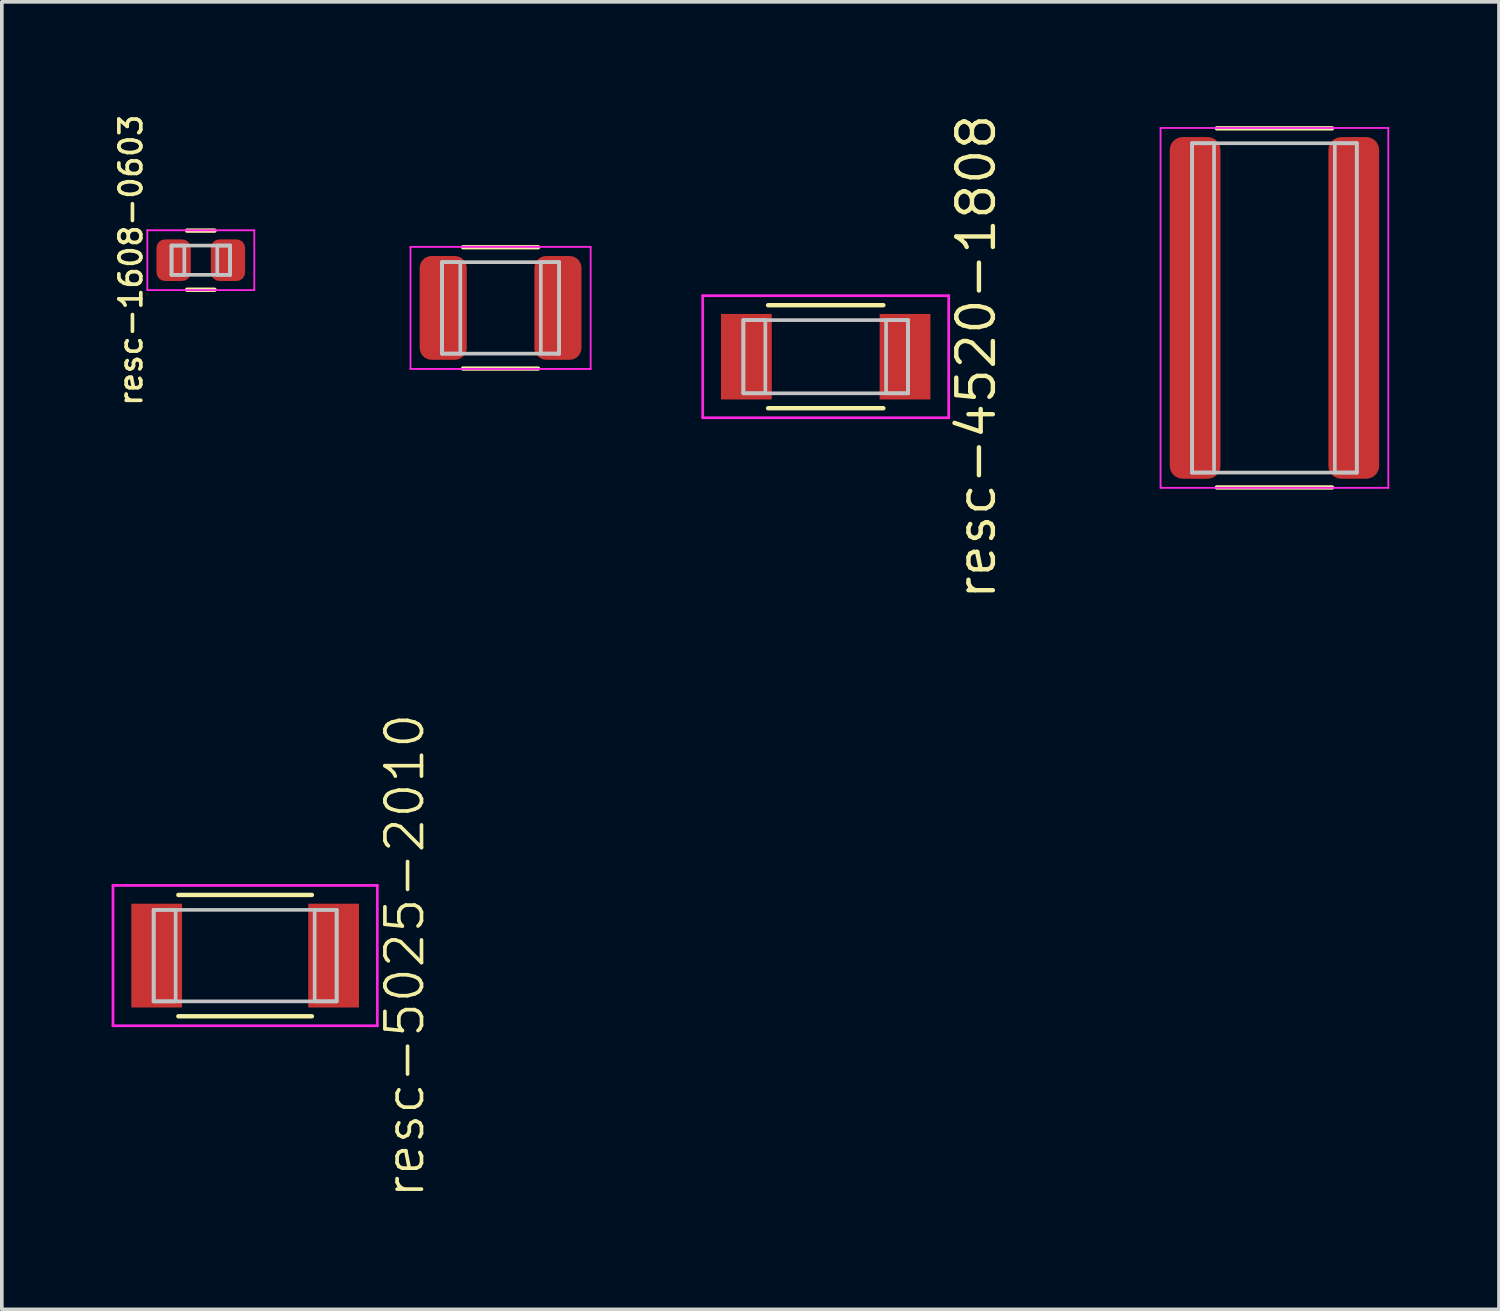
<source format=kicad_pcb>
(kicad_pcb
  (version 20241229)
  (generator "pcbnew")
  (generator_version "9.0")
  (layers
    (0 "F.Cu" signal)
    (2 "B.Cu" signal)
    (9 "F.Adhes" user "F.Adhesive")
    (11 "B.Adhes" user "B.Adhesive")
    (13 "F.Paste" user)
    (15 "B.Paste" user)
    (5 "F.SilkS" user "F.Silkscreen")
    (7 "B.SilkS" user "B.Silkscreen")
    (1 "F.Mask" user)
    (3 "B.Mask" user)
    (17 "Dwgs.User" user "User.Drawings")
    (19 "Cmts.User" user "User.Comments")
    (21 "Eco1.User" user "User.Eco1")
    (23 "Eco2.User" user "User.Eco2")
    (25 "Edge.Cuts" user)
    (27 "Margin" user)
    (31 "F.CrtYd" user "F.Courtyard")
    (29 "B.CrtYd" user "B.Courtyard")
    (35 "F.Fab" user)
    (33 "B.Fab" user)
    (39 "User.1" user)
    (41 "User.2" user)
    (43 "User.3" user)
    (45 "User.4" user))
  (footprint "resc-4590-1835"
    (layer "F.Cu")
    (at 31.781 5.365)
    (property "Reference" "resc-4590-1835" (at -3.712 0 90) (layer "User.1") (effects (font (size 0.8 0.8) (thickness 0.1))))
    (attr through_hole)
    (fp_line (start -1.575 -4.908) (end 1.575 -4.908) (stroke (width 0.12) (type solid)) (layer "F.SilkS"))
    (fp_line (start -1.575 4.908) (end 1.575 4.908) (stroke (width 0.12) (type solid)) (layer "F.SilkS"))
    (fp_line (start -2.25 -4.5) (end -2.25 4.5) (stroke (width 0.1) (type solid)) (layer "Dwgs.User"))
    (fp_line (start -2.25 -4.5) (end -2.25 4.5) (stroke (width 0.1) (type solid)) (layer "Dwgs.User"))
    (fp_line (start -2.25 4.5) (end -1.65 4.5) (stroke (width 0.1) (type solid)) (layer "Dwgs.User"))
    (fp_line (start -2.25 4.5) (end 2.25 4.5) (stroke (width 0.1) (type solid)) (layer "Dwgs.User"))
    (fp_line (start -1.65 -4.5) (end -2.25 -4.5) (stroke (width 0.1) (type solid)) (layer "Dwgs.User"))
    (fp_line (start -1.65 4.5) (end -1.65 -4.5) (stroke (width 0.1) (type solid)) (layer "Dwgs.User"))
    (fp_line (start 1.65 -4.5) (end 1.65 4.5) (stroke (width 0.1) (type solid)) (layer "Dwgs.User"))
    (fp_line (start 1.65 4.5) (end 2.25 4.5) (stroke (width 0.1) (type solid)) (layer "Dwgs.User"))
    (fp_line (start 2.25 -4.5) (end -2.25 -4.5) (stroke (width 0.1) (type solid)) (layer "Dwgs.User"))
    (fp_line (start 2.25 -4.5) (end 1.65 -4.5) (stroke (width 0.1) (type solid)) (layer "Dwgs.User"))
    (fp_line (start 2.25 4.5) (end 2.25 -4.5) (stroke (width 0.1) (type solid)) (layer "Dwgs.User"))
    (fp_line (start 2.25 4.5) (end 2.25 -4.5) (stroke (width 0.1) (type solid)) (layer "Dwgs.User"))
    (fp_line (start -3.112 -4.918) (end -3.112 4.918) (stroke (width 0.05) (type solid)) (layer "F.CrtYd"))
    (fp_line (start -3.112 4.918) (end 3.112 4.918) (stroke (width 0.05) (type solid)) (layer "F.CrtYd"))
    (fp_line (start 3.112 -4.918) (end -3.112 -4.918) (stroke (width 0.05) (type solid)) (layer "F.CrtYd"))
    (fp_line (start 3.112 4.918) (end 3.112 -4.918) (stroke (width 0.05) (type solid)) (layer "F.CrtYd"))
    (pad "1" smd roundrect (at -2.168 0) (size 1.387 9.337) (layers "F.Cu" "F.Mask" "F.Paste") (roundrect_rratio 0.25))
    (pad "2" smd roundrect (at 2.168 0) (size 1.387 9.337) (layers "F.Cu" "F.Mask" "F.Paste") (roundrect_rratio 0.25)))
  (footprint "resc-1608-0603"
    (layer "F.Cu")
    (at 2.438 4.061)
    (property "Reference" "resc-1608-0603" (at -1.912 0 90) (layer "F.SilkS") (effects (font (size 0.6 0.6) (thickness 0.1))))
    (attr through_hole)
    (fp_line (start -0.375 -0.808) (end 0.375 -0.808) (stroke (width 0.12) (type solid)) (layer "F.SilkS"))
    (fp_line (start -0.375 0.808) (end 0.375 0.808) (stroke (width 0.12) (type solid)) (layer "F.SilkS"))
    (fp_line (start -0.8 -0.4) (end -0.8 0.4) (stroke (width 0.1) (type solid)) (layer "Dwgs.User"))
    (fp_line (start -0.8 -0.4) (end -0.8 0.4) (stroke (width 0.1) (type solid)) (layer "Dwgs.User"))
    (fp_line (start -0.8 0.4) (end -0.45 0.4) (stroke (width 0.1) (type solid)) (layer "Dwgs.User"))
    (fp_line (start -0.8 0.4) (end 0.8 0.4) (stroke (width 0.1) (type solid)) (layer "Dwgs.User"))
    (fp_line (start -0.45 -0.4) (end -0.8 -0.4) (stroke (width 0.1) (type solid)) (layer "Dwgs.User"))
    (fp_line (start -0.45 0.4) (end -0.45 -0.4) (stroke (width 0.1) (type solid)) (layer "Dwgs.User"))
    (fp_line (start 0.45 -0.4) (end 0.45 0.4) (stroke (width 0.1) (type solid)) (layer "Dwgs.User"))
    (fp_line (start 0.45 0.4) (end 0.8 0.4) (stroke (width 0.1) (type solid)) (layer "Dwgs.User"))
    (fp_line (start 0.8 -0.4) (end -0.8 -0.4) (stroke (width 0.1) (type solid)) (layer "Dwgs.User"))
    (fp_line (start 0.8 -0.4) (end 0.45 -0.4) (stroke (width 0.1) (type solid)) (layer "Dwgs.User"))
    (fp_line (start 0.8 0.4) (end 0.8 -0.4) (stroke (width 0.1) (type solid)) (layer "Dwgs.User"))
    (fp_line (start 0.8 0.4) (end 0.8 -0.4) (stroke (width 0.1) (type solid)) (layer "Dwgs.User"))
    (fp_line (start -1.462 -0.818) (end -1.462 0.818) (stroke (width 0.05) (type solid)) (layer "F.CrtYd"))
    (fp_line (start -1.462 0.818) (end 1.462 0.818) (stroke (width 0.05) (type solid)) (layer "F.CrtYd"))
    (fp_line (start 1.462 -0.818) (end -1.462 -0.818) (stroke (width 0.05) (type solid)) (layer "F.CrtYd"))
    (fp_line (start 1.462 0.818) (end 1.462 -0.818) (stroke (width 0.05) (type solid)) (layer "F.CrtYd"))
    (pad "1" smd roundrect (at -0.743 0) (size 0.937 1.137) (layers "F.Cu" "F.Mask" "F.Paste") (roundrect_rratio 0.25))
    (pad "2" smd roundrect (at 0.743 0) (size 0.937 1.137) (layers "F.Cu" "F.Mask" "F.Paste") (roundrect_rratio 0.25)))
  (footprint "resc-5025-2010"
    (layer "F.Cu")
    (at 3.65 23.067)
    (property "Reference" "resc-5025-2010" (at 4.362 0 90) (layer "F.SilkS") (effects (font (size 1 1) (thickness 0.1))))
    (attr through_hole)
    (fp_line (start -1.825 -1.658) (end 1.825 -1.658) (stroke (width 0.12) (type solid)) (layer "F.SilkS"))
    (fp_line (start -1.825 1.658) (end 1.825 1.658) (stroke (width 0.12) (type solid)) (layer "F.SilkS"))
    (fp_line (start -2.5 -1.25) (end -2.5 1.25) (stroke (width 0.1) (type solid)) (layer "Dwgs.User"))
    (fp_line (start -2.5 -1.25) (end -2.5 1.25) (stroke (width 0.1) (type solid)) (layer "Dwgs.User"))
    (fp_line (start -2.5 1.25) (end -1.9 1.25) (stroke (width 0.1) (type solid)) (layer "Dwgs.User"))
    (fp_line (start -2.5 1.25) (end 2.5 1.25) (stroke (width 0.1) (type solid)) (layer "Dwgs.User"))
    (fp_line (start -1.9 -1.25) (end -2.5 -1.25) (stroke (width 0.1) (type solid)) (layer "Dwgs.User"))
    (fp_line (start -1.9 1.25) (end -1.9 -1.25) (stroke (width 0.1) (type solid)) (layer "Dwgs.User"))
    (fp_line (start 1.9 -1.25) (end 1.9 1.25) (stroke (width 0.1) (type solid)) (layer "Dwgs.User"))
    (fp_line (start 1.9 1.25) (end 2.5 1.25) (stroke (width 0.1) (type solid)) (layer "Dwgs.User"))
    (fp_line (start 2.5 -1.25) (end -2.5 -1.25) (stroke (width 0.1) (type solid)) (layer "Dwgs.User"))
    (fp_line (start 2.5 -1.25) (end 1.9 -1.25) (stroke (width 0.1) (type solid)) (layer "Dwgs.User"))
    (fp_line (start 2.5 1.25) (end 2.5 -1.25) (stroke (width 0.1) (type solid)) (layer "Dwgs.User"))
    (fp_line (start 2.5 1.25) (end 2.5 -1.25) (stroke (width 0.1) (type solid)) (layer "Dwgs.User"))
    (fp_line (start -0.75 0) (end 0.75 0) (stroke (width 0.12) (type solid)) (layer "Eco1.User"))
    (fp_line (start 0 -0.75) (end 0 0.75) (stroke (width 0.12) (type solid)) (layer "Eco1.User"))
    (fp_circle (center 0 0) (end 0.5 0) (stroke (width 0.12) (type solid)) (fill no) (layer "Eco1.User"))
    (fp_line (start -3.612 -1.918) (end -3.612 1.918) (stroke (width 0.075) (type solid)) (layer "F.CrtYd"))
    (fp_line (start -3.612 1.918) (end 3.612 1.918) (stroke (width 0.075) (type solid)) (layer "F.CrtYd"))
    (fp_line (start 3.612 -1.918) (end -3.612 -1.918) (stroke (width 0.075) (type solid)) (layer "F.CrtYd"))
    (fp_line (start 3.612 1.918) (end 3.612 -1.918) (stroke (width 0.075) (type solid)) (layer "F.CrtYd"))
    (pad "1" smd rect (at -2.418 0) (size 1.387 2.837) (layers "F.Cu" "F.Mask" "F.Paste"))
    (pad "2" smd rect (at 2.418 0) (size 1.387 2.837) (layers "F.Cu" "F.Mask" "F.Paste")))
  (footprint "resc-3225-1210"
    (layer "F.Cu")
    (at 10.631 5.365)
    (property "Reference" "resc-3225-1210" (at -3.062 0 90) (layer "User.1") (effects (font (size 0.8 0.8) (thickness 0.1))))
    (attr through_hole)
    (fp_line (start -1.025 -1.658) (end 1.025 -1.658) (stroke (width 0.12) (type solid)) (layer "F.SilkS"))
    (fp_line (start -1.025 1.658) (end 1.025 1.658) (stroke (width 0.12) (type solid)) (layer "F.SilkS"))
    (fp_line (start -1.6 -1.25) (end -1.6 1.25) (stroke (width 0.1) (type solid)) (layer "Dwgs.User"))
    (fp_line (start -1.6 -1.25) (end -1.6 1.25) (stroke (width 0.1) (type solid)) (layer "Dwgs.User"))
    (fp_line (start -1.6 1.25) (end -1.1 1.25) (stroke (width 0.1) (type solid)) (layer "Dwgs.User"))
    (fp_line (start -1.6 1.25) (end 1.6 1.25) (stroke (width 0.1) (type solid)) (layer "Dwgs.User"))
    (fp_line (start -1.1 -1.25) (end -1.6 -1.25) (stroke (width 0.1) (type solid)) (layer "Dwgs.User"))
    (fp_line (start -1.1 1.25) (end -1.1 -1.25) (stroke (width 0.1) (type solid)) (layer "Dwgs.User"))
    (fp_line (start 1.1 -1.25) (end 1.1 1.25) (stroke (width 0.1) (type solid)) (layer "Dwgs.User"))
    (fp_line (start 1.1 1.25) (end 1.6 1.25) (stroke (width 0.1) (type solid)) (layer "Dwgs.User"))
    (fp_line (start 1.6 -1.25) (end -1.6 -1.25) (stroke (width 0.1) (type solid)) (layer "Dwgs.User"))
    (fp_line (start 1.6 -1.25) (end 1.1 -1.25) (stroke (width 0.1) (type solid)) (layer "Dwgs.User"))
    (fp_line (start 1.6 1.25) (end 1.6 -1.25) (stroke (width 0.1) (type solid)) (layer "Dwgs.User"))
    (fp_line (start 1.6 1.25) (end 1.6 -1.25) (stroke (width 0.1) (type solid)) (layer "Dwgs.User"))
    (fp_line (start -2.462 -1.668) (end -2.462 1.668) (stroke (width 0.05) (type solid)) (layer "F.CrtYd"))
    (fp_line (start -2.462 1.668) (end 2.462 1.668) (stroke (width 0.05) (type solid)) (layer "F.CrtYd"))
    (fp_line (start 2.462 -1.668) (end -2.462 -1.668) (stroke (width 0.05) (type solid)) (layer "F.CrtYd"))
    (fp_line (start 2.462 1.668) (end 2.462 -1.668) (stroke (width 0.05) (type solid)) (layer "F.CrtYd"))
    (pad "1" smd roundrect (at -1.568 0) (size 1.287 2.837) (layers "F.Cu" "F.Mask" "F.Paste") (roundrect_rratio 0.25))
    (pad "2" smd roundrect (at 1.568 0) (size 1.287 2.837) (layers "F.Cu" "F.Mask" "F.Paste") (roundrect_rratio 0.25)))
  (footprint "resc-4520-1808"
    (layer "F.Cu")
    (at 19.517 6.699)
    (property "Reference" "resc-4520-1808" (at 4.112 0 90) (layer "F.SilkS") (effects (font (size 1 1) (thickness 0.12))))
    (attr through_hole)
    (fp_line (start -1.575 -1.408) (end 1.575 -1.408) (stroke (width 0.12) (type solid)) (layer "F.SilkS"))
    (fp_line (start -1.575 1.408) (end 1.575 1.408) (stroke (width 0.12) (type solid)) (layer "F.SilkS"))
    (fp_line (start -2.25 -1) (end -2.25 1) (stroke (width 0.1) (type solid)) (layer "Dwgs.User"))
    (fp_line (start -2.25 -1) (end -2.25 1) (stroke (width 0.1) (type solid)) (layer "Dwgs.User"))
    (fp_line (start -2.25 1) (end -1.65 1) (stroke (width 0.1) (type solid)) (layer "Dwgs.User"))
    (fp_line (start -2.25 1) (end 2.25 1) (stroke (width 0.1) (type solid)) (layer "Dwgs.User"))
    (fp_line (start -1.65 -1) (end -2.25 -1) (stroke (width 0.1) (type solid)) (layer "Dwgs.User"))
    (fp_line (start -1.65 1) (end -1.65 -1) (stroke (width 0.1) (type solid)) (layer "Dwgs.User"))
    (fp_line (start 1.65 -1) (end 1.65 1) (stroke (width 0.1) (type solid)) (layer "Dwgs.User"))
    (fp_line (start 1.65 1) (end 2.25 1) (stroke (width 0.1) (type solid)) (layer "Dwgs.User"))
    (fp_line (start 2.25 -1) (end -2.25 -1) (stroke (width 0.1) (type solid)) (layer "Dwgs.User"))
    (fp_line (start 2.25 -1) (end 1.65 -1) (stroke (width 0.1) (type solid)) (layer "Dwgs.User"))
    (fp_line (start 2.25 1) (end 2.25 -1) (stroke (width 0.1) (type solid)) (layer "Dwgs.User"))
    (fp_line (start 2.25 1) (end 2.25 -1) (stroke (width 0.1) (type solid)) (layer "Dwgs.User"))
    (fp_line (start -0.75 0) (end 0.75 0) (stroke (width 0.12) (type solid)) (layer "Eco1.User"))
    (fp_line (start 0 -0.75) (end 0 0.75) (stroke (width 0.12) (type solid)) (layer "Eco1.User"))
    (fp_circle (center 0 0) (end 0.5 0) (stroke (width 0.12) (type solid)) (fill no) (layer "Eco1.User"))
    (fp_line (start -3.362 -1.668) (end -3.362 1.668) (stroke (width 0.075) (type solid)) (layer "F.CrtYd"))
    (fp_line (start -3.362 1.668) (end 3.362 1.668) (stroke (width 0.075) (type solid)) (layer "F.CrtYd"))
    (fp_line (start 3.362 -1.668) (end -3.362 -1.668) (stroke (width 0.075) (type solid)) (layer "F.CrtYd"))
    (fp_line (start 3.362 1.668) (end 3.362 -1.668) (stroke (width 0.075) (type solid)) (layer "F.CrtYd"))
    (pad "1" smd rect (at -2.168 0) (size 1.387 2.337) (layers "F.Cu" "F.Mask" "F.Paste"))
    (pad "2" smd rect (at 2.168 0) (size 1.387 2.337) (layers "F.Cu" "F.Mask" "F.Paste")))
  (gr_rect
    (start -3 -3)
    (end 37.918 32.736)
    (stroke (width 0.1) (type default))
    (fill no)
    (layer "Edge.Cuts")))
</source>
